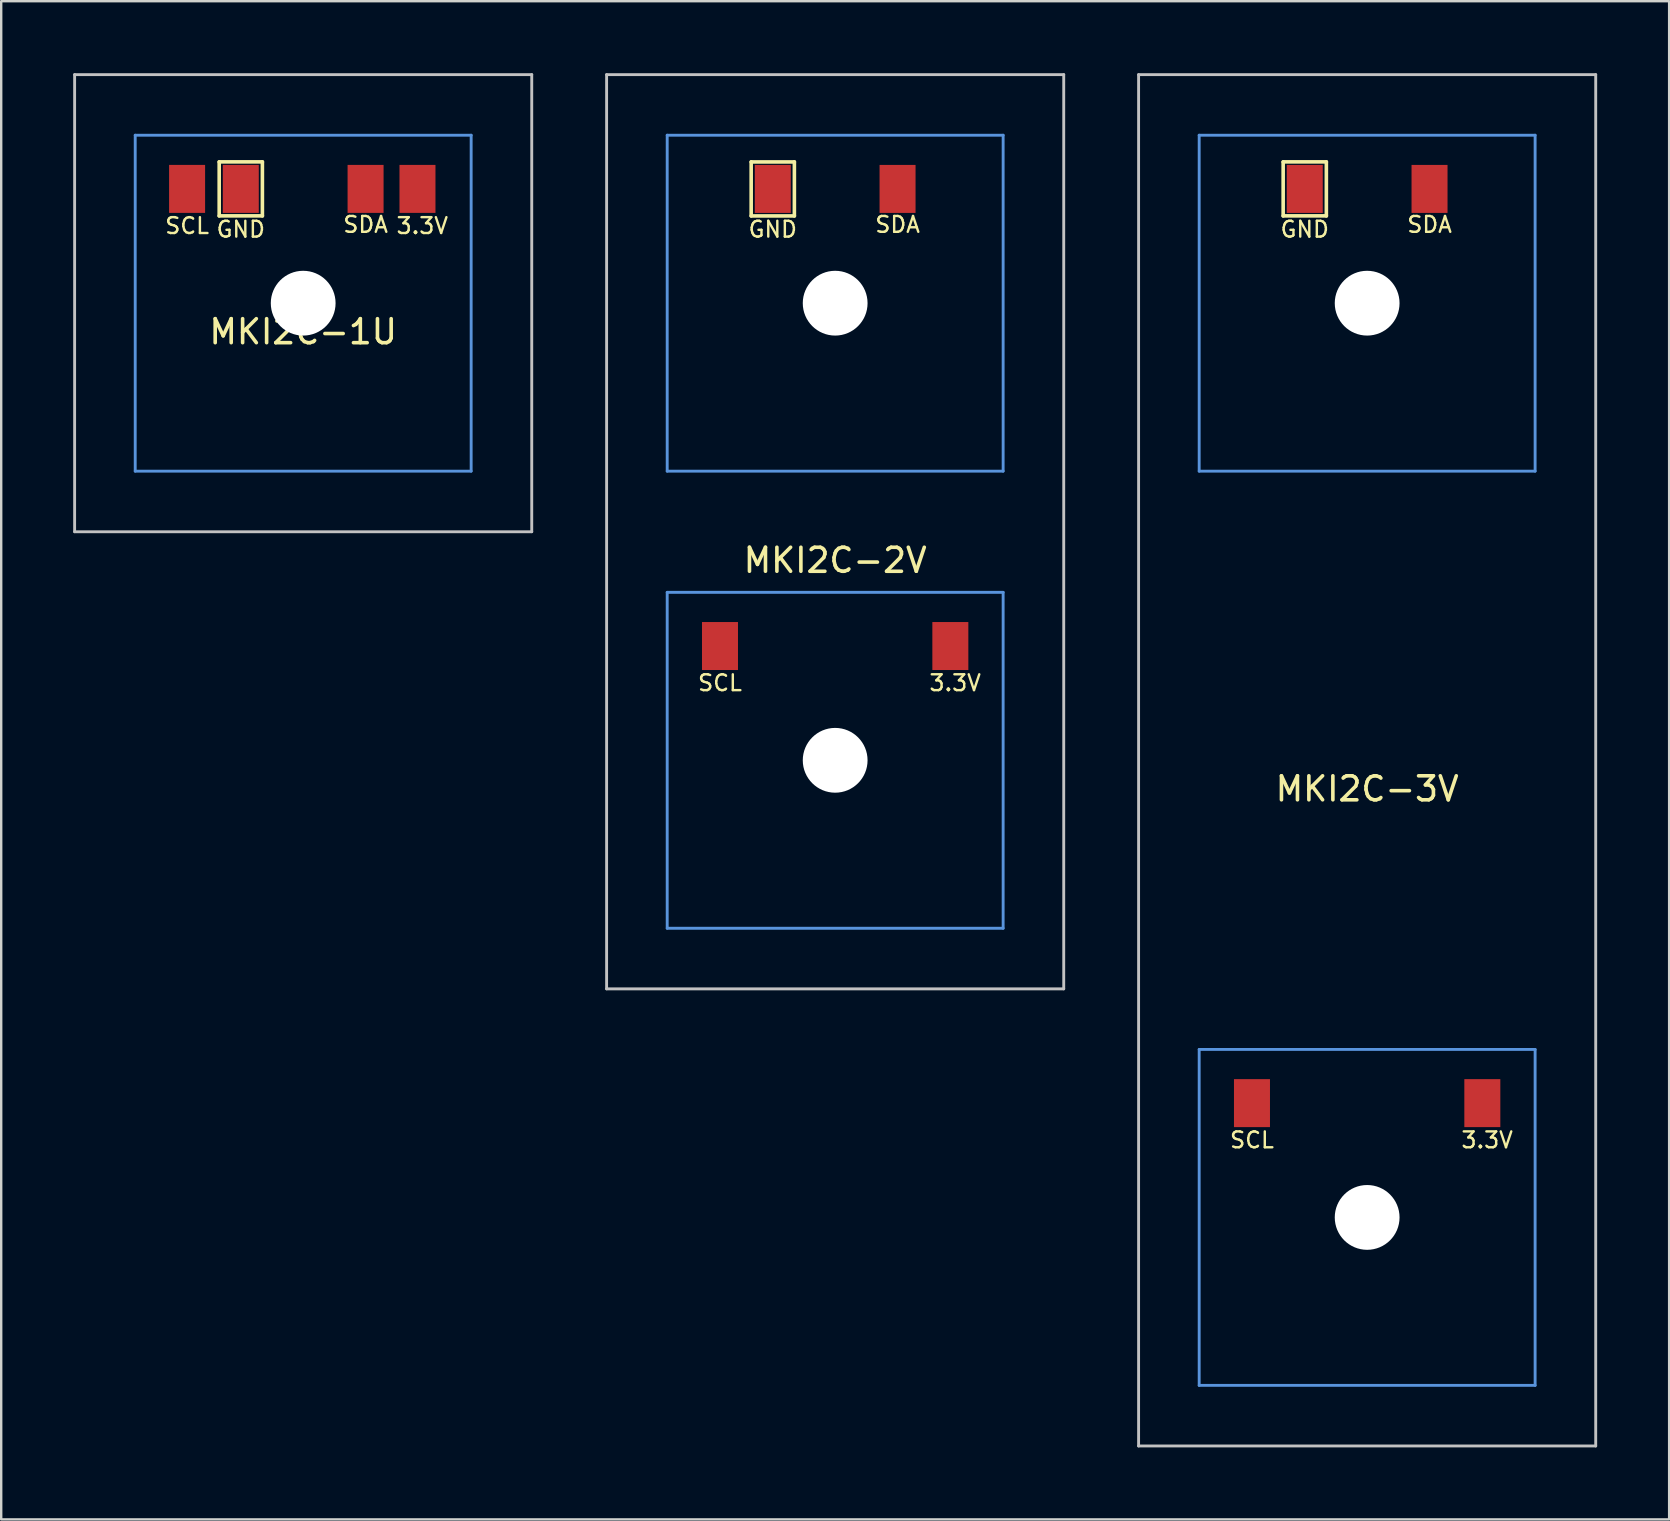
<source format=kicad_pcb>
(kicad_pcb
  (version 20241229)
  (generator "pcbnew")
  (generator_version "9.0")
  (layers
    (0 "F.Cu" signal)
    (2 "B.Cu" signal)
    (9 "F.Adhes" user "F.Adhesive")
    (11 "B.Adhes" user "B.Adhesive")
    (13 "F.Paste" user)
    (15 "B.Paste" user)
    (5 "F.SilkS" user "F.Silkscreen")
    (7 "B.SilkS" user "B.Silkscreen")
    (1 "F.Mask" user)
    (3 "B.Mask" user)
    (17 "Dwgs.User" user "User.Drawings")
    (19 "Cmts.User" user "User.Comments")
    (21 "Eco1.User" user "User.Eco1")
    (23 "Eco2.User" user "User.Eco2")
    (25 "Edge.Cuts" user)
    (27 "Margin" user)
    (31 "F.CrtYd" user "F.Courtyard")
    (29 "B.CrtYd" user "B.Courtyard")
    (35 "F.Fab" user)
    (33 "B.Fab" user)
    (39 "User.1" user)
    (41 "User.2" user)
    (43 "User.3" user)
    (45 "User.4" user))
  (footprint "MKI2C-3V"
    (layer "F.Cu")
    (at 53.925 28.635)
    (property "Reference" "MKI2C-3V" (at 0 1.191 0) (layer "F.SilkS") (effects (font (size 1 1) (thickness 0.15))))
    (fp_line (start -3.5 -24.938) (end -3.5 -22.688) (stroke (width 0.15) (type solid)) (layer "F.SilkS"))
    (fp_line (start -3.5 -24.938) (end -1.7 -24.938) (stroke (width 0.15) (type solid)) (layer "F.SilkS"))
    (fp_line (start -3.5 -22.688) (end -1.7 -22.688) (stroke (width 0.15) (type solid)) (layer "F.SilkS"))
    (fp_line (start -1.7 -24.938) (end -1.7 -22.688) (stroke (width 0.15) (type solid)) (layer "F.SilkS"))
    (fp_line (start -9.525 -28.575) (end 9.525 -28.575) (stroke (width 0.12) (type solid)) (layer "Dwgs.User"))
    (fp_line (start -9.525 28.575) (end -9.525 -28.575) (stroke (width 0.12) (type solid)) (layer "Dwgs.User"))
    (fp_line (start 9.525 -28.575) (end 9.525 28.575) (stroke (width 0.12) (type solid)) (layer "Dwgs.User"))
    (fp_line (start 9.525 28.575) (end -9.525 28.575) (stroke (width 0.12) (type solid)) (layer "Dwgs.User"))
    (fp_line (start -7 -26.05) (end -7 -12.05) (stroke (width 0.12) (type solid)) (layer "Cmts.User"))
    (fp_line (start -7 -12.05) (end 7 -12.05) (stroke (width 0.12) (type solid)) (layer "Cmts.User"))
    (fp_line (start -7 12.05) (end -7 26.05) (stroke (width 0.12) (type solid)) (layer "Cmts.User"))
    (fp_line (start -7 12.05) (end 7 12.05) (stroke (width 0.12) (type solid)) (layer "Cmts.User"))
    (fp_line (start -7 26.05) (end 7 26.05) (stroke (width 0.12) (type solid)) (layer "Cmts.User"))
    (fp_line (start 7 -26.05) (end -7 -26.05) (stroke (width 0.12) (type solid)) (layer "Cmts.User"))
    (fp_line (start 7 -26.05) (end 7 -12.05) (stroke (width 0.12) (type solid)) (layer "Cmts.User"))
    (fp_line (start 7 12.05) (end 7 26.05) (stroke (width 0.12) (type solid)) (layer "Cmts.User"))
    (fp_text user "GND" (at -2.6 -22.125 0) (layer "F.SilkS") (effects (font (size 0.66 0.66) (thickness 0.1))))
    (fp_text user "SDA" (at 2.6 -22.325 0) (layer "F.SilkS") (effects (font (size 0.66 0.66) (thickness 0.1))))
    (fp_text user "3.3V" (at 5 15.825 0) (layer "F.SilkS") (effects (font (size 0.66 0.66) (thickness 0.1))))
    (fp_text user "SCL" (at -4.8 15.825 0) (layer "F.SilkS") (effects (font (size 0.66 0.66) (thickness 0.1))))
    (pad "" np_thru_hole circle (at 0 -19.05) (size 2.7 2.7) (drill 2.7) (layers "*.Cu" "*.Mask"))
    (pad "" np_thru_hole circle (at 0 19.05) (size 2.7 2.7) (drill 2.7) (layers "*.Cu" "*.Mask"))
    (pad "1" smd rect (at -2.6 -23.812) (size 1.5 2) (layers "F.Cu" "F.Mask"))
    (pad "2" smd rect (at 2.6 -23.812) (size 1.5 2) (layers "F.Cu" "F.Mask"))
    (pad "3" smd rect (at -4.8 14.287) (size 1.5 2) (layers "F.Cu" "F.Mask"))
    (pad "4" smd rect (at 4.8 14.287) (size 1.5 2) (layers "F.Cu" "F.Mask")))
  (footprint "MKI2C-2V"
    (layer "F.Cu")
    (at 31.755 19.11)
    (property "Reference" "MKI2C-2V" (at 0 1.191 0) (layer "F.SilkS") (effects (font (size 1 1) (thickness 0.15))))
    (fp_line (start -3.5 -15.412) (end -3.5 -13.162) (stroke (width 0.15) (type solid)) (layer "F.SilkS"))
    (fp_line (start -3.5 -15.412) (end -1.7 -15.412) (stroke (width 0.15) (type solid)) (layer "F.SilkS"))
    (fp_line (start -3.5 -13.162) (end -1.7 -13.162) (stroke (width 0.15) (type solid)) (layer "F.SilkS"))
    (fp_line (start -1.7 -15.412) (end -1.7 -13.162) (stroke (width 0.15) (type solid)) (layer "F.SilkS"))
    (fp_line (start -9.525 -19.05) (end 9.525 -19.05) (stroke (width 0.12) (type solid)) (layer "Dwgs.User"))
    (fp_line (start -9.525 19.05) (end -9.525 -19.05) (stroke (width 0.12) (type solid)) (layer "Dwgs.User"))
    (fp_line (start 9.525 -19.05) (end 9.525 19.05) (stroke (width 0.12) (type solid)) (layer "Dwgs.User"))
    (fp_line (start 9.525 19.05) (end -9.525 19.05) (stroke (width 0.12) (type solid)) (layer "Dwgs.User"))
    (fp_line (start -7 -16.525) (end -7 -2.525) (stroke (width 0.12) (type solid)) (layer "Cmts.User"))
    (fp_line (start -7 -2.525) (end 7 -2.525) (stroke (width 0.12) (type solid)) (layer "Cmts.User"))
    (fp_line (start -7 2.525) (end -7 16.525) (stroke (width 0.12) (type solid)) (layer "Cmts.User"))
    (fp_line (start -7 2.525) (end 7 2.525) (stroke (width 0.12) (type solid)) (layer "Cmts.User"))
    (fp_line (start -7 16.525) (end 7 16.525) (stroke (width 0.12) (type solid)) (layer "Cmts.User"))
    (fp_line (start 7 -16.525) (end -7 -16.525) (stroke (width 0.12) (type solid)) (layer "Cmts.User"))
    (fp_line (start 7 -16.525) (end 7 -2.525) (stroke (width 0.12) (type solid)) (layer "Cmts.User"))
    (fp_line (start 7 2.525) (end 7 16.525) (stroke (width 0.12) (type solid)) (layer "Cmts.User"))
    (fp_text user "GND" (at -2.6 -12.6 0) (layer "F.SilkS") (effects (font (size 0.66 0.66) (thickness 0.1))))
    (fp_text user "SDA" (at 2.6 -12.8 0) (layer "F.SilkS") (effects (font (size 0.66 0.66) (thickness 0.1))))
    (fp_text user "SCL" (at -4.8 6.3 0) (layer "F.SilkS") (effects (font (size 0.66 0.66) (thickness 0.1))))
    (fp_text user "3.3V" (at 5 6.3 0) (layer "F.SilkS") (effects (font (size 0.66 0.66) (thickness 0.1))))
    (pad "" np_thru_hole circle (at 0 -9.525) (size 2.7 2.7) (drill 2.7) (layers "*.Cu" "*.Mask"))
    (pad "" np_thru_hole circle (at 0 9.525) (size 2.7 2.7) (drill 2.7) (layers "*.Cu" "*.Mask"))
    (pad "1" smd rect (at -2.6 -14.287) (size 1.5 2) (layers "F.Cu" "F.Mask"))
    (pad "2" smd rect (at 2.6 -14.287) (size 1.5 2) (layers "F.Cu" "F.Mask"))
    (pad "3" smd rect (at -4.8 4.763) (size 1.5 2) (layers "F.Cu" "F.Mask"))
    (pad "4" smd rect (at 4.8 4.763) (size 1.5 2) (layers "F.Cu" "F.Mask")))
  (footprint "MKI2C-1U"
    (layer "F.Cu")
    (at 9.585 9.585)
    (property "Reference" "MKI2C-1U" (at 0 1.191 0) (layer "F.SilkS") (effects (font (size 1 1) (thickness 0.15))))
    (fp_line (start -3.5 -5.888) (end -3.5 -3.638) (stroke (width 0.15) (type solid)) (layer "F.SilkS"))
    (fp_line (start -3.5 -5.888) (end -1.7 -5.888) (stroke (width 0.15) (type solid)) (layer "F.SilkS"))
    (fp_line (start -3.5 -3.638) (end -1.7 -3.638) (stroke (width 0.15) (type solid)) (layer "F.SilkS"))
    (fp_line (start -1.7 -5.888) (end -1.7 -3.638) (stroke (width 0.15) (type solid)) (layer "F.SilkS"))
    (fp_line (start -9.525 -9.525) (end 9.525 -9.525) (stroke (width 0.12) (type solid)) (layer "Dwgs.User"))
    (fp_line (start -9.525 9.525) (end -9.525 -9.525) (stroke (width 0.12) (type solid)) (layer "Dwgs.User"))
    (fp_line (start 9.525 -9.525) (end 9.525 9.525) (stroke (width 0.12) (type solid)) (layer "Dwgs.User"))
    (fp_line (start 9.525 9.525) (end -9.525 9.525) (stroke (width 0.12) (type solid)) (layer "Dwgs.User"))
    (fp_line (start -7 -7) (end -7 7) (stroke (width 0.12) (type solid)) (layer "Cmts.User"))
    (fp_line (start -7 -7) (end 7 -7) (stroke (width 0.12) (type solid)) (layer "Cmts.User"))
    (fp_line (start 7 -7) (end 7 7) (stroke (width 0.12) (type solid)) (layer "Cmts.User"))
    (fp_line (start 7 7) (end -7 7) (stroke (width 0.12) (type solid)) (layer "Cmts.User"))
    (fp_text user "SCL" (at -4.838 -3.225 0) (layer "F.SilkS") (effects (font (size 0.66 0.66) (thickness 0.1))))
    (fp_text user "GND" (at -2.6 -3.075 0) (layer "F.SilkS") (effects (font (size 0.66 0.66) (thickness 0.1))))
    (fp_text user "SDA" (at 2.6 -3.275 0) (layer "F.SilkS") (effects (font (size 0.66 0.66) (thickness 0.1))))
    (fp_text user "3.3V" (at 4.963 -3.225 0) (layer "F.SilkS") (effects (font (size 0.66 0.66) (thickness 0.1))))
    (pad "" np_thru_hole circle (at 0 0) (size 2.7 2.7) (drill 2.7) (layers "*.Cu" "*.Mask"))
    (pad "1" smd rect (at -2.6 -4.763) (size 1.5 2) (layers "F.Cu" "F.Mask"))
    (pad "2" smd rect (at 2.6 -4.763) (size 1.5 2) (layers "F.Cu" "F.Mask"))
    (pad "3" smd rect (at -4.838 -4.763) (size 1.5 2) (layers "F.Cu" "F.Mask"))
    (pad "4" smd rect (at 4.763 -4.763) (size 1.5 2) (layers "F.Cu" "F.Mask")))
  (gr_rect
    (start -3 -3)
    (end 66.51 60.27)
    (stroke (width 0.1) (type default))
    (fill no)
    (layer "Edge.Cuts")))
</source>
